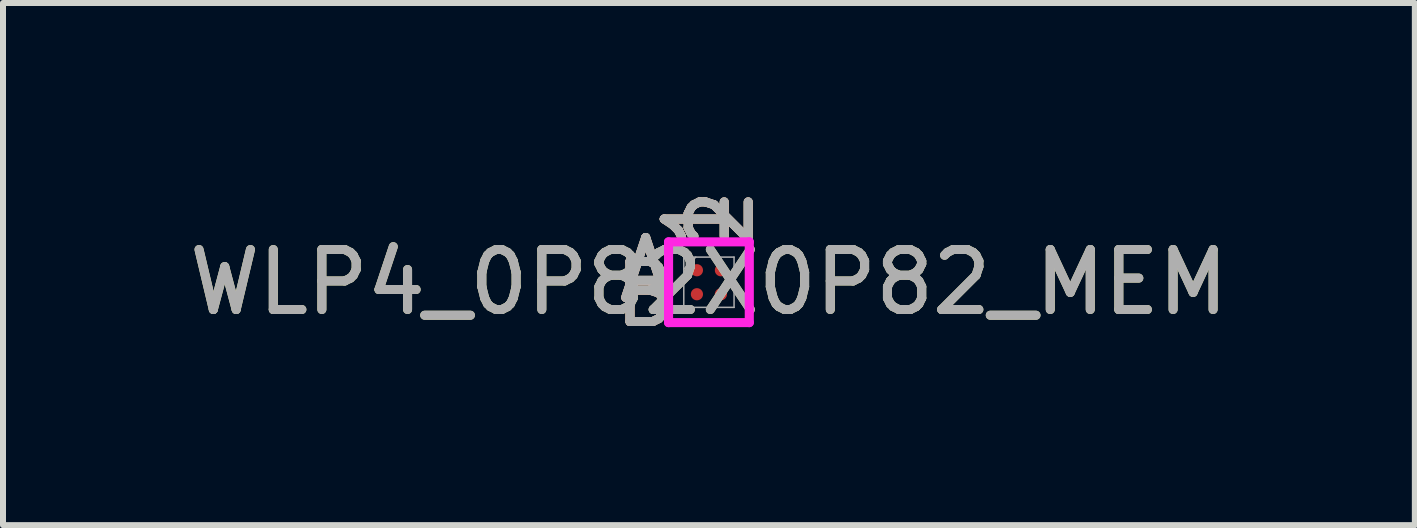
<source format=kicad_pcb>
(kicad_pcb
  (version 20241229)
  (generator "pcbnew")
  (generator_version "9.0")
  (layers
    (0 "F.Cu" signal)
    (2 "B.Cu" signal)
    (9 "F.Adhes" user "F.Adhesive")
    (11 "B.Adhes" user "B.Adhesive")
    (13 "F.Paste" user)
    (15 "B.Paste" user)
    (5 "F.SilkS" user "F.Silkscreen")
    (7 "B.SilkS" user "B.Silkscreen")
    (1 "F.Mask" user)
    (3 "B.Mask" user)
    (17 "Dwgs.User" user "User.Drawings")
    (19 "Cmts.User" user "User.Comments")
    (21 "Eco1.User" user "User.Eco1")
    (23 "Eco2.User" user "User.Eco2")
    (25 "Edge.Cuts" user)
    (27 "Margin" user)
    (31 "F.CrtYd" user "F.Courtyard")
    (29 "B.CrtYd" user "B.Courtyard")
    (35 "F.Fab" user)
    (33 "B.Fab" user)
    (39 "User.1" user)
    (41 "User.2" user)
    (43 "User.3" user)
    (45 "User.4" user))
  (footprint "WLP4_0P82X0P82_MEM"
    (layer "F.Cu")
    (at 8.768 1.655)
    (property "Reference" "WLP4_0P82X0P82_MEM" (at 0 0 0) (unlocked yes) (layer "F.SilkS") (effects (font (size 1 1) (thickness 0.15))))
    (attr smd)
    (fp_poly (pts (xy -0.845 -0.845) (xy 0.845 -0.845) (xy 0.845 0.845) (xy -0.845 0.845)) (stroke (width 0.1) (type solid)) (fill no) (layer "Eco2.User"))
    (fp_line (start -0.673 -0.673) (end 0.673 -0.673) (stroke (width 0.152) (type solid)) (layer "F.CrtYd"))
    (fp_line (start -0.673 0.673) (end -0.673 -0.673) (stroke (width 0.152) (type solid)) (layer "F.CrtYd"))
    (fp_line (start 0.673 -0.673) (end 0.673 0.673) (stroke (width 0.152) (type solid)) (layer "F.CrtYd"))
    (fp_line (start 0.673 0.673) (end -0.673 0.673) (stroke (width 0.152) (type solid)) (layer "F.CrtYd"))
    (fp_line (start -0.419 -0.419) (end -0.419 0.419) (stroke (width 0.025) (type solid)) (layer "F.Fab"))
    (fp_line (start -0.419 0.419) (end 0.419 0.419) (stroke (width 0.025) (type solid)) (layer "F.Fab"))
    (fp_line (start -0.219 -0.419) (end -0.419 -0.219) (stroke (width 0.025) (type solid)) (layer "F.Fab"))
    (fp_line (start 0.419 -0.419) (end -0.419 -0.419) (stroke (width 0.025) (type solid)) (layer "F.Fab"))
    (fp_line (start 0.419 0.419) (end 0.419 -0.419) (stroke (width 0.025) (type solid)) (layer "F.Fab"))
    (fp_text user "A" (at -1.054 -0.2 0) (unlocked yes) (layer "F.SilkS") (effects (font (size 1 1) (thickness 0.15))))
    (fp_text user "1" (at -0.2 -1.054 90) (unlocked yes) (layer "F.SilkS") (effects (font (size 1 1) (thickness 0.15))))
    (fp_text user "B" (at -1.054 0.2 0) (unlocked yes) (layer "F.SilkS") (effects (font (size 1 1) (thickness 0.15))))
    (fp_text user "2" (at 0.2 -1.054 90) (unlocked yes) (layer "F.SilkS") (effects (font (size 1 1) (thickness 0.15))))
    (fp_text user "1" (at -0.2 -1.054 90) (unlocked yes) (layer "B.SilkS") (effects (font (size 1 1) (thickness 0.15))))
    (fp_text user "B" (at -1.054 0.2 0) (unlocked yes) (layer "B.SilkS") (effects (font (size 1 1) (thickness 0.15))))
    (fp_text user "2" (at 0.2 -1.054 90) (unlocked yes) (layer "B.SilkS") (effects (font (size 1 1) (thickness 0.15))))
    (fp_text user "A" (at -1.054 -0.2 0) (unlocked yes) (layer "B.SilkS") (effects (font (size 1 1) (thickness 0.15))))
    (fp_text user "1" (at -0.2 -1.054 90) (unlocked yes) (layer "F.Fab") (effects (font (size 1 1) (thickness 0.15))))
    (fp_text user "A" (at -1.054 -0.2 0) (unlocked yes) (layer "F.Fab") (effects (font (size 1 1) (thickness 0.15))))
    (fp_text user "B" (at -1.054 0.2 0) (unlocked yes) (layer "F.Fab") (effects (font (size 1 1) (thickness 0.15))))
    (fp_text user "${REFERENCE}" (at 0 0 0) (unlocked yes) (layer "F.Fab") (effects (font (size 1 1) (thickness 0.15))))
    (fp_text user "2" (at 0.2 -1.054 90) (unlocked yes) (layer "F.Fab") (effects (font (size 1 1) (thickness 0.15))))
    (pad "A1" smd circle (at -0.2 -0.2) (size 0.203 0.203) (layers "F.Cu" "F.Mask" "F.Paste"))
    (pad "A2" smd circle (at 0.2 -0.2) (size 0.203 0.203) (layers "F.Cu" "F.Mask" "F.Paste"))
    (pad "B1" smd circle (at -0.2 0.2) (size 0.203 0.203) (layers "F.Cu" "F.Mask" "F.Paste"))
    (pad "B2" smd circle (at 0.2 0.2) (size 0.203 0.203) (layers "F.Cu" "F.Mask" "F.Paste")))
  (gr_rect
    (start -3 -3)
    (end 20.536 5.704)
    (stroke (width 0.1) (type default))
    (fill no)
    (layer "Edge.Cuts")))
</source>
